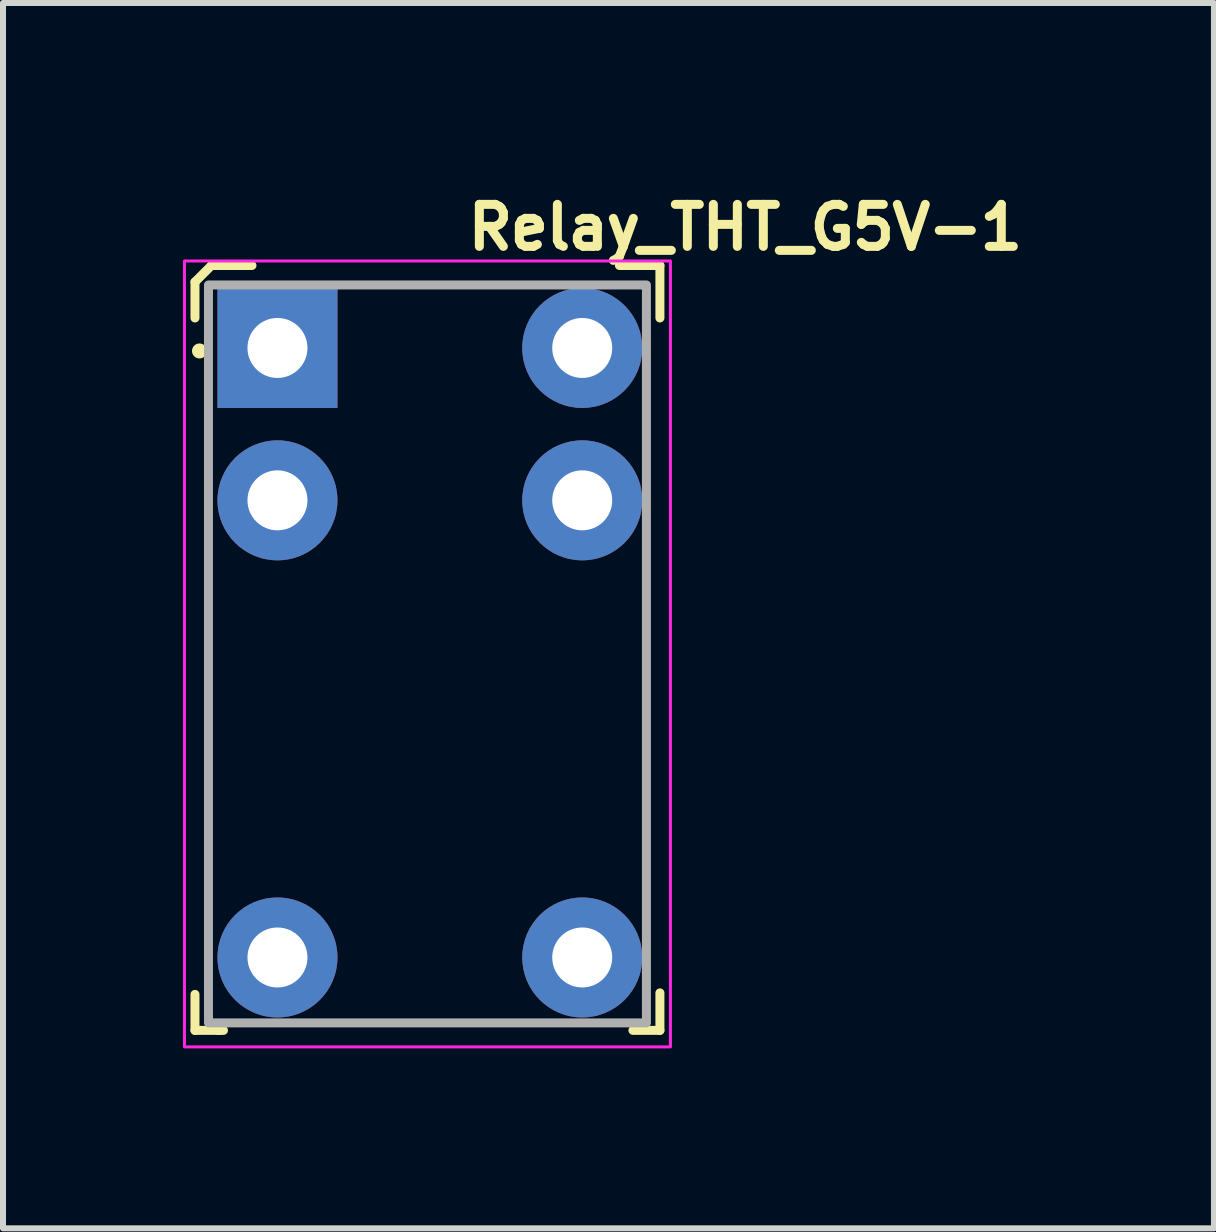
<source format=kicad_pcb>
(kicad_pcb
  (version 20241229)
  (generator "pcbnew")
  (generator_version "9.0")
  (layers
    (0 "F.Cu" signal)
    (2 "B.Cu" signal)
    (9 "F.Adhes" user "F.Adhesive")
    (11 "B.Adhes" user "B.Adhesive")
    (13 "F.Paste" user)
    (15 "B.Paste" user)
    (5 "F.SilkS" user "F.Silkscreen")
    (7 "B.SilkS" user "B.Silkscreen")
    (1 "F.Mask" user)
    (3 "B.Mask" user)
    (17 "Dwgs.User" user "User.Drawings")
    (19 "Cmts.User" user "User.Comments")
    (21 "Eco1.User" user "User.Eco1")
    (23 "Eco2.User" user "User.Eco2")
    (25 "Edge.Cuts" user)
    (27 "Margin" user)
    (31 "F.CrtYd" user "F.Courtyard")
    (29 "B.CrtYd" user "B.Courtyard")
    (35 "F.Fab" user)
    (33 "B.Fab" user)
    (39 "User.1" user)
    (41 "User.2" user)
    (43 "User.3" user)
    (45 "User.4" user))
  (footprint "Relay_THT_G5V-1"
    (layer "F.Cu")
    (at 1.575 2.75)
    (property "Reference" "Relay_THT_G5V-1" (at 3.1 -1.6 0) (layer "F.SilkS") (effects (font (size 0.7 0.7) (thickness 0.15)) (justify left bottom)))
    (attr through_hole)
    (fp_line (start -1.375 -1.1) (end -1.1 -1.375) (stroke (width 0.15) (type solid)) (layer "F.SilkS"))
    (fp_line (start -1.375 -0.5) (end -1.375 -1.1) (stroke (width 0.15) (type solid)) (layer "F.SilkS"))
    (fp_line (start -1.375 11.375) (end -1.375 10.775) (stroke (width 0.15) (type solid)) (layer "F.SilkS"))
    (fp_line (start -1.1 -1.375) (end -0.425 -1.375) (stroke (width 0.15) (type solid)) (layer "F.SilkS"))
    (fp_line (start -1 11.375) (end -0.9 11.375) (stroke (width 0.15) (type solid)) (layer "F.SilkS"))
    (fp_line (start -0.95 11.375) (end -1.375 11.375) (stroke (width 0.15) (type solid)) (layer "F.SilkS"))
    (fp_line (start 6.375 -1.375) (end 5.7 -1.375) (stroke (width 0.15) (type solid)) (layer "F.SilkS"))
    (fp_line (start 6.375 -0.5) (end 6.375 -1.375) (stroke (width 0.15) (type solid)) (layer "F.SilkS"))
    (fp_line (start 6.375 10.75) (end 6.375 11.375) (stroke (width 0.15) (type solid)) (layer "F.SilkS"))
    (fp_line (start 6.375 11.375) (end 5.925 11.375) (stroke (width 0.15) (type solid)) (layer "F.SilkS"))
    (fp_circle (center -1.3 0.05) (end -1.3 0.1) (stroke (width 0.15) (type solid)) (fill yes) (layer "F.SilkS"))
    (fp_rect (start 6.55 -1.45) (end -1.55 11.65) (stroke (width 0.05) (type solid)) (fill no) (layer "F.CrtYd"))
    (fp_rect (start 6.15 -1.05) (end -1.15 11.25) (stroke (width 0.15) (type solid)) (fill no) (layer "F.Fab"))
    (fp_rect (start 6.15 -1.05) (end -1.15 11.25) (stroke (width 0.1) (type solid)) (fill no) (layer "User.5"))
    (fp_line (start -1.15 11.25) (end -1.15 -1.05) (stroke (width 0.02) (type solid)) (layer "User.9"))
    (fp_line (start 4.15 -1.05) (end -1.15 -1.05) (stroke (width 0.02) (type solid)) (layer "User.9"))
    (fp_line (start 4.15 -1.05) (end 4.15 0.45) (stroke (width 0.02) (type solid)) (layer "User.9"))
    (fp_line (start 4.15 0.45) (end 4.151 0.475) (stroke (width 0.02) (type solid)) (layer "User.9"))
    (fp_line (start 4.151 0.475) (end 4.152 0.499) (stroke (width 0.02) (type solid)) (layer "User.9"))
    (fp_line (start 4.152 0.499) (end 4.155 0.524) (stroke (width 0.02) (type solid)) (layer "User.9"))
    (fp_line (start 4.155 0.524) (end 4.16 0.548) (stroke (width 0.02) (type solid)) (layer "User.9"))
    (fp_line (start 4.16 0.548) (end 4.165 0.572) (stroke (width 0.02) (type solid)) (layer "User.9"))
    (fp_line (start 4.165 0.572) (end 4.172 0.595) (stroke (width 0.02) (type solid)) (layer "User.9"))
    (fp_line (start 4.172 0.595) (end 4.179 0.619) (stroke (width 0.02) (type solid)) (layer "User.9"))
    (fp_line (start 4.179 0.619) (end 4.188 0.641) (stroke (width 0.02) (type solid)) (layer "User.9"))
    (fp_line (start 4.188 0.641) (end 4.198 0.664) (stroke (width 0.02) (type solid)) (layer "User.9"))
    (fp_line (start 4.198 0.664) (end 4.209 0.685) (stroke (width 0.02) (type solid)) (layer "User.9"))
    (fp_line (start 4.209 0.685) (end 4.221 0.707) (stroke (width 0.02) (type solid)) (layer "User.9"))
    (fp_line (start 4.221 0.707) (end 4.234 0.727) (stroke (width 0.02) (type solid)) (layer "User.9"))
    (fp_line (start 4.234 0.727) (end 4.248 0.747) (stroke (width 0.02) (type solid)) (layer "User.9"))
    (fp_line (start 4.248 0.747) (end 4.263 0.767) (stroke (width 0.02) (type solid)) (layer "User.9"))
    (fp_line (start 4.263 0.767) (end 4.279 0.786) (stroke (width 0.02) (type solid)) (layer "User.9"))
    (fp_line (start 4.279 0.786) (end 4.296 0.804) (stroke (width 0.02) (type solid)) (layer "User.9"))
    (fp_line (start 4.296 0.804) (end 4.296 0.804) (stroke (width 0.02) (type solid)) (layer "User.9"))
    (fp_line (start 4.296 0.804) (end 4.314 0.821) (stroke (width 0.02) (type solid)) (layer "User.9"))
    (fp_line (start 4.314 0.821) (end 4.333 0.837) (stroke (width 0.02) (type solid)) (layer "User.9"))
    (fp_line (start 4.333 0.837) (end 4.353 0.852) (stroke (width 0.02) (type solid)) (layer "User.9"))
    (fp_line (start 4.353 0.852) (end 4.373 0.866) (stroke (width 0.02) (type solid)) (layer "User.9"))
    (fp_line (start 4.373 0.866) (end 4.393 0.879) (stroke (width 0.02) (type solid)) (layer "User.9"))
    (fp_line (start 4.393 0.879) (end 4.415 0.891) (stroke (width 0.02) (type solid)) (layer "User.9"))
    (fp_line (start 4.415 0.891) (end 4.436 0.902) (stroke (width 0.02) (type solid)) (layer "User.9"))
    (fp_line (start 4.436 0.902) (end 4.459 0.912) (stroke (width 0.02) (type solid)) (layer "User.9"))
    (fp_line (start 4.459 0.912) (end 4.481 0.921) (stroke (width 0.02) (type solid)) (layer "User.9"))
    (fp_line (start 4.481 0.921) (end 4.505 0.928) (stroke (width 0.02) (type solid)) (layer "User.9"))
    (fp_line (start 4.505 0.928) (end 4.528 0.935) (stroke (width 0.02) (type solid)) (layer "User.9"))
    (fp_line (start 4.528 0.935) (end 4.552 0.94) (stroke (width 0.02) (type solid)) (layer "User.9"))
    (fp_line (start 4.552 0.94) (end 4.576 0.945) (stroke (width 0.02) (type solid)) (layer "User.9"))
    (fp_line (start 4.576 0.945) (end 4.601 0.948) (stroke (width 0.02) (type solid)) (layer "User.9"))
    (fp_line (start 4.601 0.948) (end 4.625 0.949) (stroke (width 0.02) (type solid)) (layer "User.9"))
    (fp_line (start 4.625 0.949) (end 4.65 0.95) (stroke (width 0.02) (type solid)) (layer "User.9"))
    (fp_line (start 4.65 0.95) (end 6.15 0.95) (stroke (width 0.02) (type solid)) (layer "User.9"))
    (fp_line (start 4.85 -0.25) (end 4.851 -0.283) (stroke (width 0.02) (type solid)) (layer "User.9"))
    (fp_line (start 4.85 -0.233) (end 4.85 -0.25) (stroke (width 0.02) (type solid)) (layer "User.9"))
    (fp_line (start 4.851 -0.283) (end 4.854 -0.316) (stroke (width 0.02) (type solid)) (layer "User.9"))
    (fp_line (start 4.851 -0.217) (end 4.85 -0.233) (stroke (width 0.02) (type solid)) (layer "User.9"))
    (fp_line (start 4.852 -0.2) (end 4.851 -0.217) (stroke (width 0.02) (type solid)) (layer "User.9"))
    (fp_line (start 4.854 -0.316) (end 4.86 -0.349) (stroke (width 0.02) (type solid)) (layer "User.9"))
    (fp_line (start 4.854 -0.184) (end 4.852 -0.2) (stroke (width 0.02) (type solid)) (layer "User.9"))
    (fp_line (start 4.857 -0.167) (end 4.854 -0.184) (stroke (width 0.02) (type solid)) (layer "User.9"))
    (fp_line (start 4.86 -0.349) (end 4.867 -0.38) (stroke (width 0.02) (type solid)) (layer "User.9"))
    (fp_line (start 4.86 -0.151) (end 4.857 -0.167) (stroke (width 0.02) (type solid)) (layer "User.9"))
    (fp_line (start 4.863 -0.135) (end 4.86 -0.151) (stroke (width 0.02) (type solid)) (layer "User.9"))
    (fp_line (start 4.867 -0.38) (end 4.877 -0.412) (stroke (width 0.02) (type solid)) (layer "User.9"))
    (fp_line (start 4.867 -0.12) (end 4.863 -0.135) (stroke (width 0.02) (type solid)) (layer "User.9"))
    (fp_line (start 4.872 -0.104) (end 4.867 -0.12) (stroke (width 0.02) (type solid)) (layer "User.9"))
    (fp_line (start 4.877 -0.412) (end 4.888 -0.442) (stroke (width 0.02) (type solid)) (layer "User.9"))
    (fp_line (start 4.877 -0.088) (end 4.872 -0.104) (stroke (width 0.02) (type solid)) (layer "User.9"))
    (fp_line (start 4.882 -0.073) (end 4.877 -0.088) (stroke (width 0.02) (type solid)) (layer "User.9"))
    (fp_line (start 4.888 -0.442) (end 4.902 -0.471) (stroke (width 0.02) (type solid)) (layer "User.9"))
    (fp_line (start 4.888 -0.058) (end 4.882 -0.073) (stroke (width 0.02) (type solid)) (layer "User.9"))
    (fp_line (start 4.895 -0.043) (end 4.888 -0.058) (stroke (width 0.02) (type solid)) (layer "User.9"))
    (fp_line (start 4.902 -0.471) (end 4.917 -0.5) (stroke (width 0.02) (type solid)) (layer "User.9"))
    (fp_line (start 4.902 -0.029) (end 4.895 -0.043) (stroke (width 0.02) (type solid)) (layer "User.9"))
    (fp_line (start 4.909 -0.014) (end 4.902 -0.029) (stroke (width 0.02) (type solid)) (layer "User.9"))
    (fp_line (start 4.917 -0.5) (end 4.934 -0.527) (stroke (width 0.02) (type solid)) (layer "User.9"))
    (fp_line (start 4.917 0) (end 4.909 -0.014) (stroke (width 0.02) (type solid)) (layer "User.9"))
    (fp_line (start 4.925 0.014) (end 4.917 0) (stroke (width 0.02) (type solid)) (layer "User.9"))
    (fp_line (start 4.934 -0.527) (end 4.953 -0.554) (stroke (width 0.02) (type solid)) (layer "User.9"))
    (fp_line (start 4.934 0.027) (end 4.925 0.014) (stroke (width 0.02) (type solid)) (layer "User.9"))
    (fp_line (start 4.943 0.041) (end 4.934 0.027) (stroke (width 0.02) (type solid)) (layer "User.9"))
    (fp_line (start 4.953 -0.554) (end 4.973 -0.579) (stroke (width 0.02) (type solid)) (layer "User.9"))
    (fp_line (start 4.953 0.054) (end 4.943 0.041) (stroke (width 0.02) (type solid)) (layer "User.9"))
    (fp_line (start 4.963 0.067) (end 4.953 0.054) (stroke (width 0.02) (type solid)) (layer "User.9"))
    (fp_line (start 4.973 -0.579) (end 4.996 -0.603) (stroke (width 0.02) (type solid)) (layer "User.9"))
    (fp_line (start 4.973 0.079) (end 4.963 0.067) (stroke (width 0.02) (type solid)) (layer "User.9"))
    (fp_line (start 4.984 0.091) (end 4.973 0.079) (stroke (width 0.02) (type solid)) (layer "User.9"))
    (fp_line (start 4.996 -0.603) (end 5.019 -0.625) (stroke (width 0.02) (type solid)) (layer "User.9"))
    (fp_line (start 4.996 0.103) (end 4.984 0.091) (stroke (width 0.02) (type solid)) (layer "User.9"))
    (fp_line (start 5.007 0.114) (end 4.996 0.103) (stroke (width 0.02) (type solid)) (layer "User.9"))
    (fp_line (start 5.019 -0.625) (end 5.045 -0.646) (stroke (width 0.02) (type solid)) (layer "User.9"))
    (fp_line (start 5.019 0.125) (end 5.007 0.114) (stroke (width 0.02) (type solid)) (layer "User.9"))
    (fp_line (start 5.032 0.136) (end 5.019 0.125) (stroke (width 0.02) (type solid)) (layer "User.9"))
    (fp_line (start 5.045 -0.646) (end 5.072 -0.665) (stroke (width 0.02) (type solid)) (layer "User.9"))
    (fp_line (start 5.045 0.146) (end 5.032 0.136) (stroke (width 0.02) (type solid)) (layer "User.9"))
    (fp_line (start 5.058 0.156) (end 5.045 0.146) (stroke (width 0.02) (type solid)) (layer "User.9"))
    (fp_line (start 5.072 -0.665) (end 5.1 -0.683) (stroke (width 0.02) (type solid)) (layer "User.9"))
    (fp_line (start 5.072 0.165) (end 5.058 0.156) (stroke (width 0.02) (type solid)) (layer "User.9"))
    (fp_line (start 5.086 0.174) (end 5.072 0.165) (stroke (width 0.02) (type solid)) (layer "User.9"))
    (fp_line (start 5.1 -0.683) (end 5.1 -0.683) (stroke (width 0.02) (type solid)) (layer "User.9"))
    (fp_line (start 5.1 -0.683) (end 5.129 -0.699) (stroke (width 0.02) (type solid)) (layer "User.9"))
    (fp_line (start 5.1 0.183) (end 5.086 0.174) (stroke (width 0.02) (type solid)) (layer "User.9"))
    (fp_line (start 5.1 0.183) (end 5.1 0.183) (stroke (width 0.02) (type solid)) (layer "User.9"))
    (fp_line (start 5.129 -0.699) (end 5.16 -0.712) (stroke (width 0.02) (type solid)) (layer "User.9"))
    (fp_line (start 5.129 0.199) (end 5.1 0.183) (stroke (width 0.02) (type solid)) (layer "User.9"))
    (fp_line (start 5.16 -0.712) (end 5.19 -0.724) (stroke (width 0.02) (type solid)) (layer "User.9"))
    (fp_line (start 5.16 0.212) (end 5.129 0.199) (stroke (width 0.02) (type solid)) (layer "User.9"))
    (fp_line (start 5.19 -0.724) (end 5.222 -0.733) (stroke (width 0.02) (type solid)) (layer "User.9"))
    (fp_line (start 5.19 0.224) (end 5.16 0.212) (stroke (width 0.02) (type solid)) (layer "User.9"))
    (fp_line (start 5.222 -0.733) (end 5.253 -0.741) (stroke (width 0.02) (type solid)) (layer "User.9"))
    (fp_line (start 5.222 0.233) (end 5.19 0.224) (stroke (width 0.02) (type solid)) (layer "User.9"))
    (fp_line (start 5.253 -0.741) (end 5.285 -0.746) (stroke (width 0.02) (type solid)) (layer "User.9"))
    (fp_line (start 5.253 0.241) (end 5.222 0.233) (stroke (width 0.02) (type solid)) (layer "User.9"))
    (fp_line (start 5.285 -0.746) (end 5.318 -0.749) (stroke (width 0.02) (type solid)) (layer "User.9"))
    (fp_line (start 5.285 0.246) (end 5.253 0.241) (stroke (width 0.02) (type solid)) (layer "User.9"))
    (fp_line (start 5.318 -0.749) (end 5.35 -0.75) (stroke (width 0.02) (type solid)) (layer "User.9"))
    (fp_line (start 5.318 0.249) (end 5.285 0.246) (stroke (width 0.02) (type solid)) (layer "User.9"))
    (fp_line (start 5.35 -0.75) (end 5.382 -0.749) (stroke (width 0.02) (type solid)) (layer "User.9"))
    (fp_line (start 5.35 0.25) (end 5.318 0.249) (stroke (width 0.02) (type solid)) (layer "User.9"))
    (fp_line (start 5.382 -0.749) (end 5.415 -0.746) (stroke (width 0.02) (type solid)) (layer "User.9"))
    (fp_line (start 5.382 0.249) (end 5.35 0.25) (stroke (width 0.02) (type solid)) (layer "User.9"))
    (fp_line (start 5.415 -0.746) (end 5.447 -0.741) (stroke (width 0.02) (type solid)) (layer "User.9"))
    (fp_line (start 5.415 0.246) (end 5.382 0.249) (stroke (width 0.02) (type solid)) (layer "User.9"))
    (fp_line (start 5.447 -0.741) (end 5.478 -0.733) (stroke (width 0.02) (type solid)) (layer "User.9"))
    (fp_line (start 5.447 0.241) (end 5.415 0.246) (stroke (width 0.02) (type solid)) (layer "User.9"))
    (fp_line (start 5.478 -0.733) (end 5.51 -0.724) (stroke (width 0.02) (type solid)) (layer "User.9"))
    (fp_line (start 5.478 0.233) (end 5.447 0.241) (stroke (width 0.02) (type solid)) (layer "User.9"))
    (fp_line (start 5.51 -0.724) (end 5.54 -0.712) (stroke (width 0.02) (type solid)) (layer "User.9"))
    (fp_line (start 5.51 0.224) (end 5.478 0.233) (stroke (width 0.02) (type solid)) (layer "User.9"))
    (fp_line (start 5.54 -0.712) (end 5.571 -0.699) (stroke (width 0.02) (type solid)) (layer "User.9"))
    (fp_line (start 5.54 0.212) (end 5.51 0.224) (stroke (width 0.02) (type solid)) (layer "User.9"))
    (fp_line (start 5.571 -0.699) (end 5.6 -0.683) (stroke (width 0.02) (type solid)) (layer "User.9"))
    (fp_line (start 5.571 0.199) (end 5.54 0.212) (stroke (width 0.02) (type solid)) (layer "User.9"))
    (fp_line (start 5.6 -0.683) (end 5.6 -0.683) (stroke (width 0.02) (type solid)) (layer "User.9"))
    (fp_line (start 5.6 -0.683) (end 5.614 -0.674) (stroke (width 0.02) (type solid)) (layer "User.9"))
    (fp_line (start 5.6 0.183) (end 5.571 0.199) (stroke (width 0.02) (type solid)) (layer "User.9"))
    (fp_line (start 5.6 0.183) (end 5.6 0.183) (stroke (width 0.02) (type solid)) (layer "User.9"))
    (fp_line (start 5.614 -0.674) (end 5.628 -0.665) (stroke (width 0.02) (type solid)) (layer "User.9"))
    (fp_line (start 5.628 -0.665) (end 5.642 -0.656) (stroke (width 0.02) (type solid)) (layer "User.9"))
    (fp_line (start 5.628 0.165) (end 5.6 0.183) (stroke (width 0.02) (type solid)) (layer "User.9"))
    (fp_line (start 5.642 -0.656) (end 5.655 -0.646) (stroke (width 0.02) (type solid)) (layer "User.9"))
    (fp_line (start 5.655 -0.646) (end 5.668 -0.636) (stroke (width 0.02) (type solid)) (layer "User.9"))
    (fp_line (start 5.655 0.146) (end 5.628 0.165) (stroke (width 0.02) (type solid)) (layer "User.9"))
    (fp_line (start 5.668 -0.636) (end 5.681 -0.625) (stroke (width 0.02) (type solid)) (layer "User.9"))
    (fp_line (start 5.681 -0.625) (end 5.693 -0.614) (stroke (width 0.02) (type solid)) (layer "User.9"))
    (fp_line (start 5.681 0.125) (end 5.655 0.146) (stroke (width 0.02) (type solid)) (layer "User.9"))
    (fp_line (start 5.693 -0.614) (end 5.704 -0.603) (stroke (width 0.02) (type solid)) (layer "User.9"))
    (fp_line (start 5.704 -0.603) (end 5.716 -0.591) (stroke (width 0.02) (type solid)) (layer "User.9"))
    (fp_line (start 5.704 0.103) (end 5.681 0.125) (stroke (width 0.02) (type solid)) (layer "User.9"))
    (fp_line (start 5.716 -0.591) (end 5.727 -0.579) (stroke (width 0.02) (type solid)) (layer "User.9"))
    (fp_line (start 5.727 -0.579) (end 5.737 -0.567) (stroke (width 0.02) (type solid)) (layer "User.9"))
    (fp_line (start 5.727 0.079) (end 5.704 0.103) (stroke (width 0.02) (type solid)) (layer "User.9"))
    (fp_line (start 5.737 -0.567) (end 5.747 -0.554) (stroke (width 0.02) (type solid)) (layer "User.9"))
    (fp_line (start 5.747 -0.554) (end 5.757 -0.541) (stroke (width 0.02) (type solid)) (layer "User.9"))
    (fp_line (start 5.747 0.054) (end 5.727 0.079) (stroke (width 0.02) (type solid)) (layer "User.9"))
    (fp_line (start 5.757 -0.541) (end 5.766 -0.527) (stroke (width 0.02) (type solid)) (layer "User.9"))
    (fp_line (start 5.766 -0.527) (end 5.775 -0.514) (stroke (width 0.02) (type solid)) (layer "User.9"))
    (fp_line (start 5.766 0.027) (end 5.747 0.054) (stroke (width 0.02) (type solid)) (layer "User.9"))
    (fp_line (start 5.775 -0.514) (end 5.783 -0.5) (stroke (width 0.02) (type solid)) (layer "User.9"))
    (fp_line (start 5.783 -0.5) (end 5.791 -0.486) (stroke (width 0.02) (type solid)) (layer "User.9"))
    (fp_line (start 5.783 0) (end 5.766 0.027) (stroke (width 0.02) (type solid)) (layer "User.9"))
    (fp_line (start 5.791 -0.486) (end 5.798 -0.471) (stroke (width 0.02) (type solid)) (layer "User.9"))
    (fp_line (start 5.798 -0.471) (end 5.805 -0.457) (stroke (width 0.02) (type solid)) (layer "User.9"))
    (fp_line (start 5.798 -0.029) (end 5.783 0) (stroke (width 0.02) (type solid)) (layer "User.9"))
    (fp_line (start 5.805 -0.457) (end 5.812 -0.442) (stroke (width 0.02) (type solid)) (layer "User.9"))
    (fp_line (start 5.812 -0.442) (end 5.818 -0.427) (stroke (width 0.02) (type solid)) (layer "User.9"))
    (fp_line (start 5.812 -0.058) (end 5.798 -0.029) (stroke (width 0.02) (type solid)) (layer "User.9"))
    (fp_line (start 5.818 -0.427) (end 5.823 -0.412) (stroke (width 0.02) (type solid)) (layer "User.9"))
    (fp_line (start 5.823 -0.412) (end 5.828 -0.396) (stroke (width 0.02) (type solid)) (layer "User.9"))
    (fp_line (start 5.823 -0.088) (end 5.812 -0.058) (stroke (width 0.02) (type solid)) (layer "User.9"))
    (fp_line (start 5.828 -0.396) (end 5.833 -0.38) (stroke (width 0.02) (type solid)) (layer "User.9"))
    (fp_line (start 5.833 -0.38) (end 5.837 -0.365) (stroke (width 0.02) (type solid)) (layer "User.9"))
    (fp_line (start 5.833 -0.12) (end 5.823 -0.088) (stroke (width 0.02) (type solid)) (layer "User.9"))
    (fp_line (start 5.837 -0.365) (end 5.84 -0.349) (stroke (width 0.02) (type solid)) (layer "User.9"))
    (fp_line (start 5.84 -0.349) (end 5.843 -0.333) (stroke (width 0.02) (type solid)) (layer "User.9"))
    (fp_line (start 5.84 -0.151) (end 5.833 -0.12) (stroke (width 0.02) (type solid)) (layer "User.9"))
    (fp_line (start 5.843 -0.333) (end 5.846 -0.316) (stroke (width 0.02) (type solid)) (layer "User.9"))
    (fp_line (start 5.846 -0.316) (end 5.848 -0.3) (stroke (width 0.02) (type solid)) (layer "User.9"))
    (fp_line (start 5.846 -0.184) (end 5.84 -0.151) (stroke (width 0.02) (type solid)) (layer "User.9"))
    (fp_line (start 5.848 -0.3) (end 5.849 -0.283) (stroke (width 0.02) (type solid)) (layer "User.9"))
    (fp_line (start 5.849 -0.283) (end 5.85 -0.267) (stroke (width 0.02) (type solid)) (layer "User.9"))
    (fp_line (start 5.849 -0.217) (end 5.846 -0.184) (stroke (width 0.02) (type solid)) (layer "User.9"))
    (fp_line (start 5.85 -0.267) (end 5.85 -0.25) (stroke (width 0.02) (type solid)) (layer "User.9"))
    (fp_line (start 5.85 -0.25) (end 5.849 -0.217) (stroke (width 0.02) (type solid)) (layer "User.9"))
    (fp_line (start 6.15 -1.05) (end 4.15 -1.05) (stroke (width 0.02) (type solid)) (layer "User.9"))
    (fp_line (start 6.15 0.95) (end 6.15 -1.05) (stroke (width 0.02) (type solid)) (layer "User.9"))
    (fp_line (start 6.15 11.25) (end -1.15 11.25) (stroke (width 0.02) (type solid)) (layer "User.9"))
    (fp_line (start 6.15 11.25) (end 6.15 0.95) (stroke (width 0.02) (type solid)) (layer "User.9"))
    (pad "1" thru_hole rect (at 0 0 270) (size 2 2) (drill 1) (layers "*.Cu" "*.Mask"))
    (pad "2" thru_hole circle (at 0 2.54 270) (size 2 2) (drill 1) (layers "*.Cu" "*.Mask"))
    (pad "5" thru_hole circle (at 0 10.16 270) (size 2 2) (drill 1) (layers "*.Cu" "*.Mask"))
    (pad "6" thru_hole circle (at 5.08 10.16 270) (size 2 2) (drill 1) (layers "*.Cu" "*.Mask"))
    (pad "9" thru_hole circle (at 5.08 2.54 270) (size 2 2) (drill 1) (layers "*.Cu" "*.Mask"))
    (pad "10" thru_hole circle (at 5.08 0 270) (size 2 2) (drill 1) (layers "*.Cu" "*.Mask")))
  (gr_rect
    (start -3 -3)
    (end 17.185 17.425)
    (stroke (width 0.1) (type default))
    (fill no)
    (layer "Edge.Cuts")))
</source>
